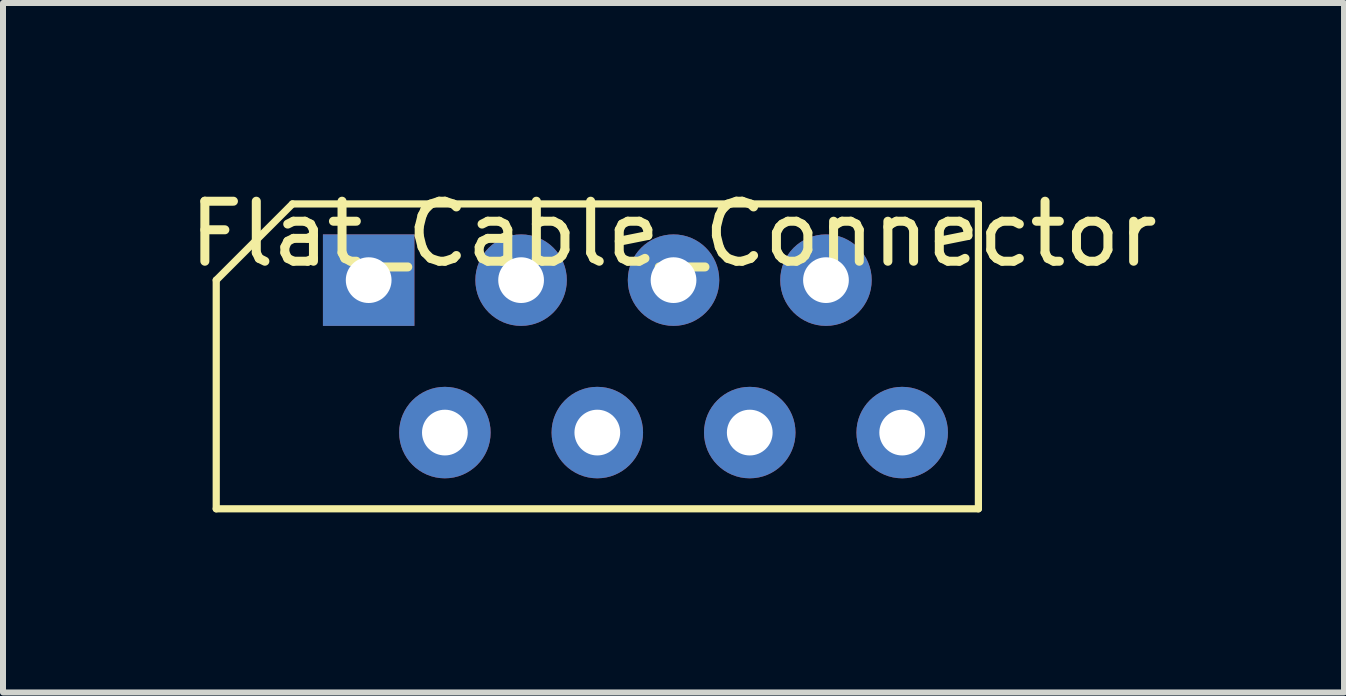
<source format=kicad_pcb>
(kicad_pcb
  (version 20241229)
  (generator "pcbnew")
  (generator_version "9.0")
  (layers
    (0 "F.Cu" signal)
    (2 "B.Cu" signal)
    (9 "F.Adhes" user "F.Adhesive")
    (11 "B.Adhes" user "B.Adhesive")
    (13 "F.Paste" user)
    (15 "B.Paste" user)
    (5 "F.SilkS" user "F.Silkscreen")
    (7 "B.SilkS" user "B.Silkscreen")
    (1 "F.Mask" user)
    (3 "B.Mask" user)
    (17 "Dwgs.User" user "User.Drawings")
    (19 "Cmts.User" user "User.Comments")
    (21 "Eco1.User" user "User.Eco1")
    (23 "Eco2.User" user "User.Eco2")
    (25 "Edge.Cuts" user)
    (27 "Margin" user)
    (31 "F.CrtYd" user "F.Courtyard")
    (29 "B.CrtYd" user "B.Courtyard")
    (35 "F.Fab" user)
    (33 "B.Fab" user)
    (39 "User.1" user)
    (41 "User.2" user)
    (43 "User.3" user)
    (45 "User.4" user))
  (footprint "Flat_Cable_Connector"
    (layer "F.Cu")
    (at 8.173 0.348)
    (property "Reference" "Flat_Cable_Connector" (at 0 0.5 0) (layer "F.SilkS") (effects (font (size 1 1) (thickness 0.15))))
    (attr through_hole)
    (fp_line (start -7.62 1.27) (end -7.62 5.08) (stroke (width 0.12) (type solid)) (layer "F.SilkS"))
    (fp_line (start -7.62 5.08) (end 5.08 5.08) (stroke (width 0.12) (type solid)) (layer "F.SilkS"))
    (fp_line (start -6.35 0) (end -7.62 1.27) (stroke (width 0.12) (type solid)) (layer "F.SilkS"))
    (fp_line (start 5.08 0) (end -6.35 0) (stroke (width 0.12) (type solid)) (layer "F.SilkS"))
    (fp_line (start 5.08 5.08) (end 5.08 0) (stroke (width 0.12) (type solid)) (layer "F.SilkS"))
    (pad "1" thru_hole rect (at -5.08 1.27) (size 1.524 1.524) (drill 0.762) (layers "*.Cu" "*.Mask"))
    (pad "2" thru_hole circle (at -2.54 1.27) (size 1.524 1.524) (drill 0.762) (layers "*.Cu" "*.Mask"))
    (pad "3" thru_hole circle (at 0 1.27) (size 1.524 1.524) (drill 0.762) (layers "*.Cu" "*.Mask"))
    (pad "4" thru_hole circle (at 2.54 1.27) (size 1.524 1.524) (drill 0.762) (layers "*.Cu" "*.Mask"))
    (pad "5" thru_hole circle (at -3.81 3.81) (size 1.524 1.524) (drill 0.762) (layers "*.Cu" "*.Mask"))
    (pad "6" thru_hole circle (at -1.27 3.81) (size 1.524 1.524) (drill 0.762) (layers "*.Cu" "*.Mask"))
    (pad "7" thru_hole circle (at 1.27 3.81) (size 1.524 1.524) (drill 0.762) (layers "*.Cu" "*.Mask"))
    (pad "8" thru_hole circle (at 3.81 3.81) (size 1.524 1.524) (drill 0.762) (layers "*.Cu" "*.Mask")))
  (gr_rect
    (start -3 -3)
    (end 19.345 8.488)
    (stroke (width 0.1) (type default))
    (fill no)
    (layer "Edge.Cuts")))
</source>
